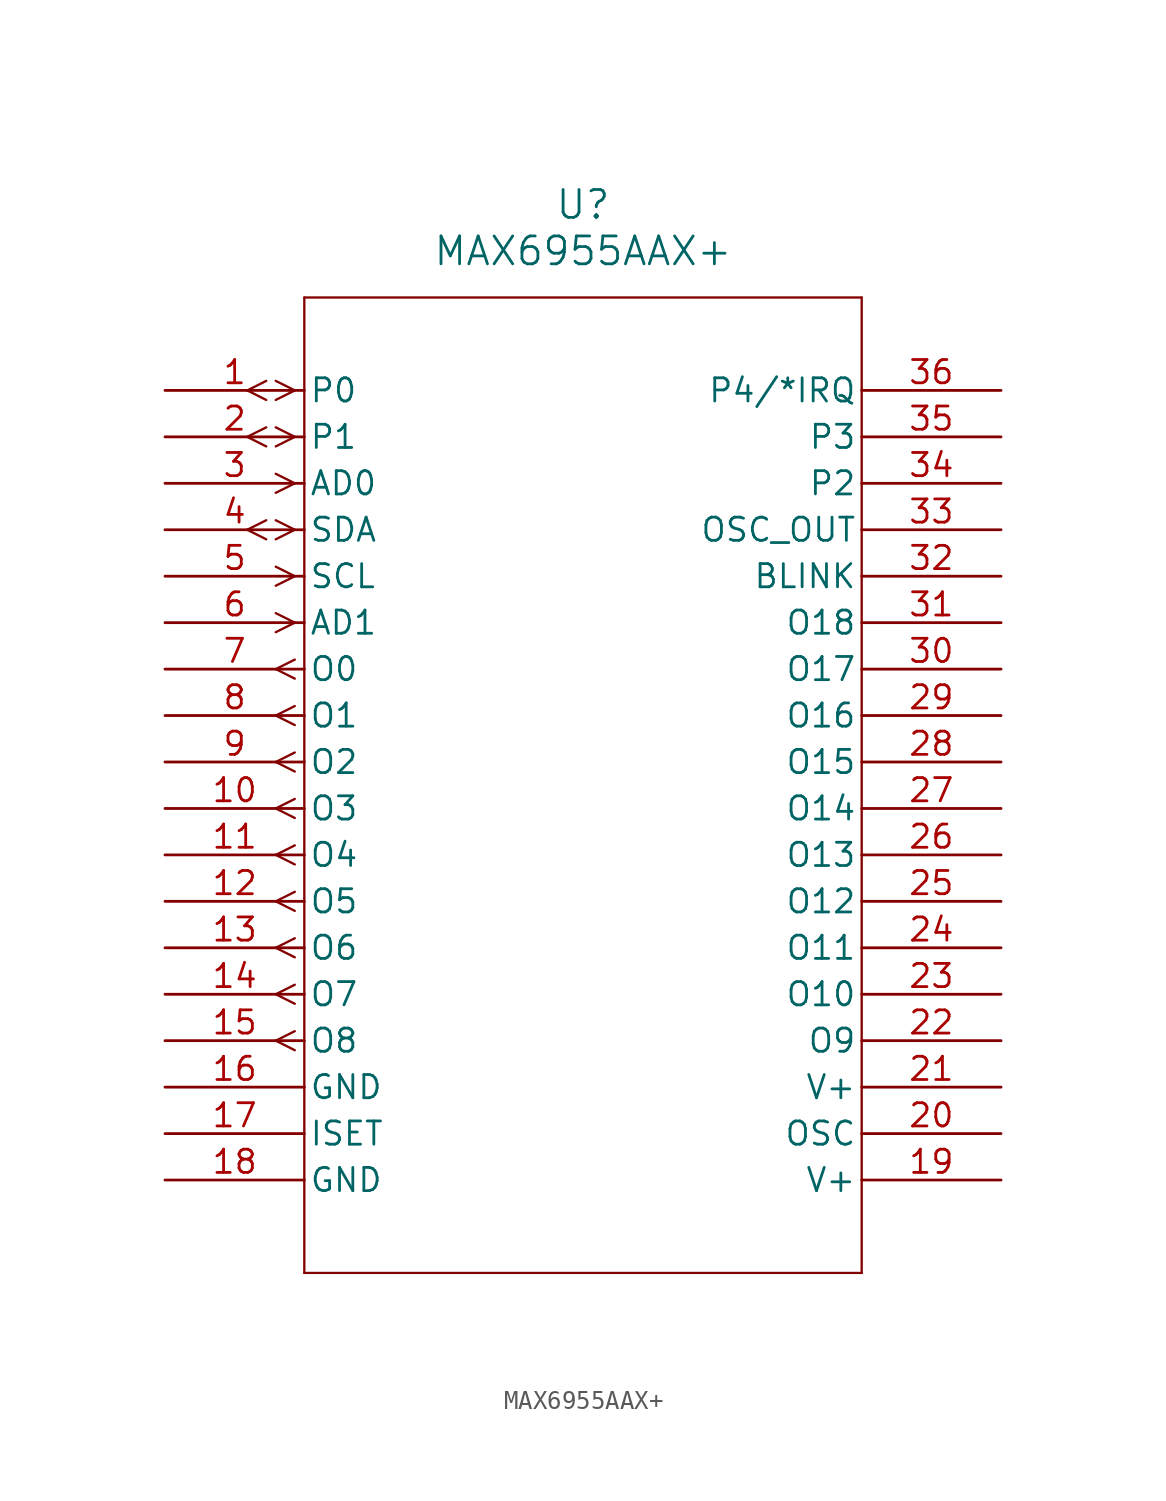
<source format=kicad_sym>
(kicad_symbol_lib
  (version 20211014)
  (generator kicad_symbol_editor)
  (symbol "MAX6955AAX+"
    (pin_names
      (offset 0.254))
    (property "Reference" "U"
      (at 22.86 10.16 0)
      (effects (font (size 1.524 1.524))))
    (property "Value" "MAX6955AAX+"
      (at 22.86 7.62 0)
      (effects (font (size 1.524 1.524))))
    (symbol "MAX6955AAX+_0_1"
      (polyline (pts (xy 7.099 0) (xy 6.058 0.521)) (stroke (width 0.127) (type default) (color 0 0 0 0)) (fill (type none)))
      (polyline (pts (xy 7.099 0) (xy 6.058 -0.521)) (stroke (width 0.127) (type default) (color 0 0 0 0)) (fill (type none)))
      (polyline (pts (xy 5.537 0.521) (xy 4.496 0)) (stroke (width 0.127) (type default) (color 0 0 0 0)) (fill (type none)))
      (polyline (pts (xy 5.537 -0.521) (xy 4.496 0)) (stroke (width 0.127) (type default) (color 0 0 0 0)) (fill (type none)))
      (polyline (pts (xy 7.099 -2.54) (xy 6.058 -2.019)) (stroke (width 0.127) (type default) (color 0 0 0 0)) (fill (type none)))
      (polyline (pts (xy 7.099 -2.54) (xy 6.058 -3.061)) (stroke (width 0.127) (type default) (color 0 0 0 0)) (fill (type none)))
      (polyline (pts (xy 5.537 -2.019) (xy 4.496 -2.54)) (stroke (width 0.127) (type default) (color 0 0 0 0)) (fill (type none)))
      (polyline (pts (xy 5.537 -3.061) (xy 4.496 -2.54)) (stroke (width 0.127) (type default) (color 0 0 0 0)) (fill (type none)))
      (polyline (pts (xy 7.099 -5.08) (xy 6.058 -4.559)) (stroke (width 0.127) (type default) (color 0 0 0 0)) (fill (type none)))
      (polyline (pts (xy 7.099 -5.08) (xy 6.058 -5.601)) (stroke (width 0.127) (type default) (color 0 0 0 0)) (fill (type none)))
      (polyline (pts (xy 7.099 -7.62) (xy 6.058 -7.099)) (stroke (width 0.127) (type default) (color 0 0 0 0)) (fill (type none)))
      (polyline (pts (xy 7.099 -7.62) (xy 6.058 -8.141)) (stroke (width 0.127) (type default) (color 0 0 0 0)) (fill (type none)))
      (polyline (pts (xy 5.537 -7.099) (xy 4.496 -7.62)) (stroke (width 0.127) (type default) (color 0 0 0 0)) (fill (type none)))
      (polyline (pts (xy 5.537 -8.141) (xy 4.496 -7.62)) (stroke (width 0.127) (type default) (color 0 0 0 0)) (fill (type none)))
      (polyline (pts (xy 7.099 -10.16) (xy 6.058 -9.639)) (stroke (width 0.127) (type default) (color 0 0 0 0)) (fill (type none)))
      (polyline (pts (xy 7.099 -10.16) (xy 6.058 -10.681)) (stroke (width 0.127) (type default) (color 0 0 0 0)) (fill (type none)))
      (polyline (pts (xy 7.099 -12.7) (xy 6.058 -12.179)) (stroke (width 0.127) (type default) (color 0 0 0 0)) (fill (type none)))
      (polyline (pts (xy 7.099 -12.7) (xy 6.058 -13.221)) (stroke (width 0.127) (type default) (color 0 0 0 0)) (fill (type none)))
      (polyline (pts (xy 7.099 -14.719) (xy 6.058 -15.24)) (stroke (width 0.127) (type default) (color 0 0 0 0)) (fill (type none)))
      (polyline (pts (xy 7.099 -15.761) (xy 6.058 -15.24)) (stroke (width 0.127) (type default) (color 0 0 0 0)) (fill (type none)))
      (polyline (pts (xy 7.099 -17.259) (xy 6.058 -17.78)) (stroke (width 0.127) (type default) (color 0 0 0 0)) (fill (type none)))
      (polyline (pts (xy 7.099 -18.301) (xy 6.058 -17.78)) (stroke (width 0.127) (type default) (color 0 0 0 0)) (fill (type none)))
      (polyline (pts (xy 7.099 -19.799) (xy 6.058 -20.32)) (stroke (width 0.127) (type default) (color 0 0 0 0)) (fill (type none)))
      (polyline (pts (xy 7.099 -20.841) (xy 6.058 -20.32)) (stroke (width 0.127) (type default) (color 0 0 0 0)) (fill (type none)))
      (polyline (pts (xy 7.099 -22.339) (xy 6.058 -22.86)) (stroke (width 0.127) (type default) (color 0 0 0 0)) (fill (type none)))
      (polyline (pts (xy 7.099 -23.381) (xy 6.058 -22.86)) (stroke (width 0.127) (type default) (color 0 0 0 0)) (fill (type none)))
      (polyline (pts (xy 7.099 -24.879) (xy 6.058 -25.4)) (stroke (width 0.127) (type default) (color 0 0 0 0)) (fill (type none)))
      (polyline (pts (xy 7.099 -25.921) (xy 6.058 -25.4)) (stroke (width 0.127) (type default) (color 0 0 0 0)) (fill (type none)))
      (polyline (pts (xy 7.099 -27.419) (xy 6.058 -27.94)) (stroke (width 0.127) (type default) (color 0 0 0 0)) (fill (type none)))
      (polyline (pts (xy 7.099 -28.461) (xy 6.058 -27.94)) (stroke (width 0.127) (type default) (color 0 0 0 0)) (fill (type none)))
      (polyline (pts (xy 7.099 -29.959) (xy 6.058 -30.48)) (stroke (width 0.127) (type default) (color 0 0 0 0)) (fill (type none)))
      (polyline (pts (xy 7.099 -31.001) (xy 6.058 -30.48)) (stroke (width 0.127) (type default) (color 0 0 0 0)) (fill (type none)))
      (polyline (pts (xy 7.099 -32.499) (xy 6.058 -33.02)) (stroke (width 0.127) (type default) (color 0 0 0 0)) (fill (type none)))
      (polyline (pts (xy 7.099 -33.541) (xy 6.058 -33.02)) (stroke (width 0.127) (type default) (color 0 0 0 0)) (fill (type none)))
      (polyline (pts (xy 7.099 -35.039) (xy 6.058 -35.56)) (stroke (width 0.127) (type default) (color 0 0 0 0)) (fill (type none)))
      (polyline (pts (xy 7.099 -36.081) (xy 6.058 -35.56)) (stroke (width 0.127) (type default) (color 0 0 0 0)) (fill (type none)))
      (polyline (pts (xy 7.62 5.08) (xy 7.62 -48.26)) (stroke (width 0.127) (type default) (color 0 0 0 0)) (fill (type none)))
      (polyline (pts (xy 7.62 -48.26) (xy 38.1 -48.26)) (stroke (width 0.127) (type default) (color 0 0 0 0)) (fill (type none)))
      (polyline (pts (xy 38.1 -48.26) (xy 38.1 5.08)) (stroke (width 0.127) (type default) (color 0 0 0 0)) (fill (type none)))
      (polyline (pts (xy 38.1 5.08) (xy 7.62 5.08)) (stroke (width 0.127) (type default) (color 0 0 0 0)) (fill (type none)))
      (pin bidirectional line (at 0 0 0) (length 7.62) (name "P0" (effects (font (size 1.27 1.27)))) (number "1" (effects (font (size 1.27 1.27)))))
      (pin bidirectional line (at 0 -2.54 0) (length 7.62) (name "P1" (effects (font (size 1.27 1.27)))) (number "2" (effects (font (size 1.27 1.27)))))
      (pin input line (at 0 -5.08 0) (length 7.62) (name "AD0" (effects (font (size 1.27 1.27)))) (number "3" (effects (font (size 1.27 1.27)))))
      (pin bidirectional line (at 0 -7.62 0) (length 7.62) (name "SDA" (effects (font (size 1.27 1.27)))) (number "4" (effects (font (size 1.27 1.27)))))
      (pin input line (at 0 -10.16 0) (length 7.62) (name "SCL" (effects (font (size 1.27 1.27)))) (number "5" (effects (font (size 1.27 1.27)))))
      (pin input line (at 0 -12.7 0) (length 7.62) (name "AD1" (effects (font (size 1.27 1.27)))) (number "6" (effects (font (size 1.27 1.27)))))
      (pin output line (at 0 -15.24 0) (length 7.62) (name "O0" (effects (font (size 1.27 1.27)))) (number "7" (effects (font (size 1.27 1.27)))))
      (pin output line (at 0 -17.78 0) (length 7.62) (name "O1" (effects (font (size 1.27 1.27)))) (number "8" (effects (font (size 1.27 1.27)))))
      (pin output line (at 0 -20.32 0) (length 7.62) (name "O2" (effects (font (size 1.27 1.27)))) (number "9" (effects (font (size 1.27 1.27)))))
      (pin output line (at 0 -22.86 0) (length 7.62) (name "O3" (effects (font (size 1.27 1.27)))) (number "10" (effects (font (size 1.27 1.27)))))
      (pin output line (at 0 -25.4 0) (length 7.62) (name "O4" (effects (font (size 1.27 1.27)))) (number "11" (effects (font (size 1.27 1.27)))))
      (pin output line (at 0 -27.94 0) (length 7.62) (name "O5" (effects (font (size 1.27 1.27)))) (number "12" (effects (font (size 1.27 1.27)))))
      (pin output line (at 0 -30.48 0) (length 7.62) (name "O6" (effects (font (size 1.27 1.27)))) (number "13" (effects (font (size 1.27 1.27)))))
      (pin output line (at 0 -33.02 0) (length 7.62) (name "O7" (effects (font (size 1.27 1.27)))) (number "14" (effects (font (size 1.27 1.27)))))
      (pin output line (at 0 -35.56 0) (length 7.62) (name "O8" (effects (font (size 1.27 1.27)))) (number "15" (effects (font (size 1.27 1.27)))))
      (pin power_in line (at 0 -38.1 0) (length 7.62) (name "GND" (effects (font (size 1.27 1.27)))) (number "16" (effects (font (size 1.27 1.27)))))
      (pin unspecified line (at 0 -40.64 0) (length 7.62) (name "ISET" (effects (font (size 1.27 1.27)))) (number "17" (effects (font (size 1.27 1.27)))))
      (pin unspecified line (at 0 -43.18 0) (length 7.62) (name "GND" (effects (font (size 1.27 1.27)))) (number "18" (effects (font (size 1.27 1.27)))))
      (pin unspecified line (at 45.72 -43.18 180) (length 7.62) (name "V+" (effects (font (size 1.27 1.27)))) (number "19" (effects (font (size 1.27 1.27)))))
      (pin unspecified line (at 45.72 -40.64 180) (length 7.62) (name "OSC" (effects (font (size 1.27 1.27)))) (number "20" (effects (font (size 1.27 1.27)))))
      (pin unspecified line (at 45.72 -38.1 180) (length 7.62) (name "V+" (effects (font (size 1.27 1.27)))) (number "21" (effects (font (size 1.27 1.27)))))
      (pin unspecified line (at 45.72 -35.56 180) (length 7.62) (name "O9" (effects (font (size 1.27 1.27)))) (number "22" (effects (font (size 1.27 1.27)))))
      (pin unspecified line (at 45.72 -33.02 180) (length 7.62) (name "O10" (effects (font (size 1.27 1.27)))) (number "23" (effects (font (size 1.27 1.27)))))
      (pin unspecified line (at 45.72 -30.48 180) (length 7.62) (name "O11" (effects (font (size 1.27 1.27)))) (number "24" (effects (font (size 1.27 1.27)))))
      (pin unspecified line (at 45.72 -27.94 180) (length 7.62) (name "O12" (effects (font (size 1.27 1.27)))) (number "25" (effects (font (size 1.27 1.27)))))
      (pin unspecified line (at 45.72 -25.4 180) (length 7.62) (name "O13" (effects (font (size 1.27 1.27)))) (number "26" (effects (font (size 1.27 1.27)))))
      (pin unspecified line (at 45.72 -22.86 180) (length 7.62) (name "O14" (effects (font (size 1.27 1.27)))) (number "27" (effects (font (size 1.27 1.27)))))
      (pin unspecified line (at 45.72 -20.32 180) (length 7.62) (name "O15" (effects (font (size 1.27 1.27)))) (number "28" (effects (font (size 1.27 1.27)))))
      (pin unspecified line (at 45.72 -17.78 180) (length 7.62) (name "O16" (effects (font (size 1.27 1.27)))) (number "29" (effects (font (size 1.27 1.27)))))
      (pin unspecified line (at 45.72 -15.24 180) (length 7.62) (name "O17" (effects (font (size 1.27 1.27)))) (number "30" (effects (font (size 1.27 1.27)))))
      (pin unspecified line (at 45.72 -12.7 180) (length 7.62) (name "O18" (effects (font (size 1.27 1.27)))) (number "31" (effects (font (size 1.27 1.27)))))
      (pin unspecified line (at 45.72 -10.16 180) (length 7.62) (name "BLINK" (effects (font (size 1.27 1.27)))) (number "32" (effects (font (size 1.27 1.27)))))
      (pin unspecified line (at 45.72 -7.62 180) (length 7.62) (name "OSC_OUT" (effects (font (size 1.27 1.27)))) (number "33" (effects (font (size 1.27 1.27)))))
      (pin unspecified line (at 45.72 -5.08 180) (length 7.62) (name "P2" (effects (font (size 1.27 1.27)))) (number "34" (effects (font (size 1.27 1.27)))))
      (pin unspecified line (at 45.72 -2.54 180) (length 7.62) (name "P3" (effects (font (size 1.27 1.27)))) (number "35" (effects (font (size 1.27 1.27)))))
      (pin unspecified line (at 45.72 0 180) (length 7.62) (name "P4/*IRQ" (effects (font (size 1.27 1.27)))) (number "36" (effects (font (size 1.27 1.27))))))))
</source>
